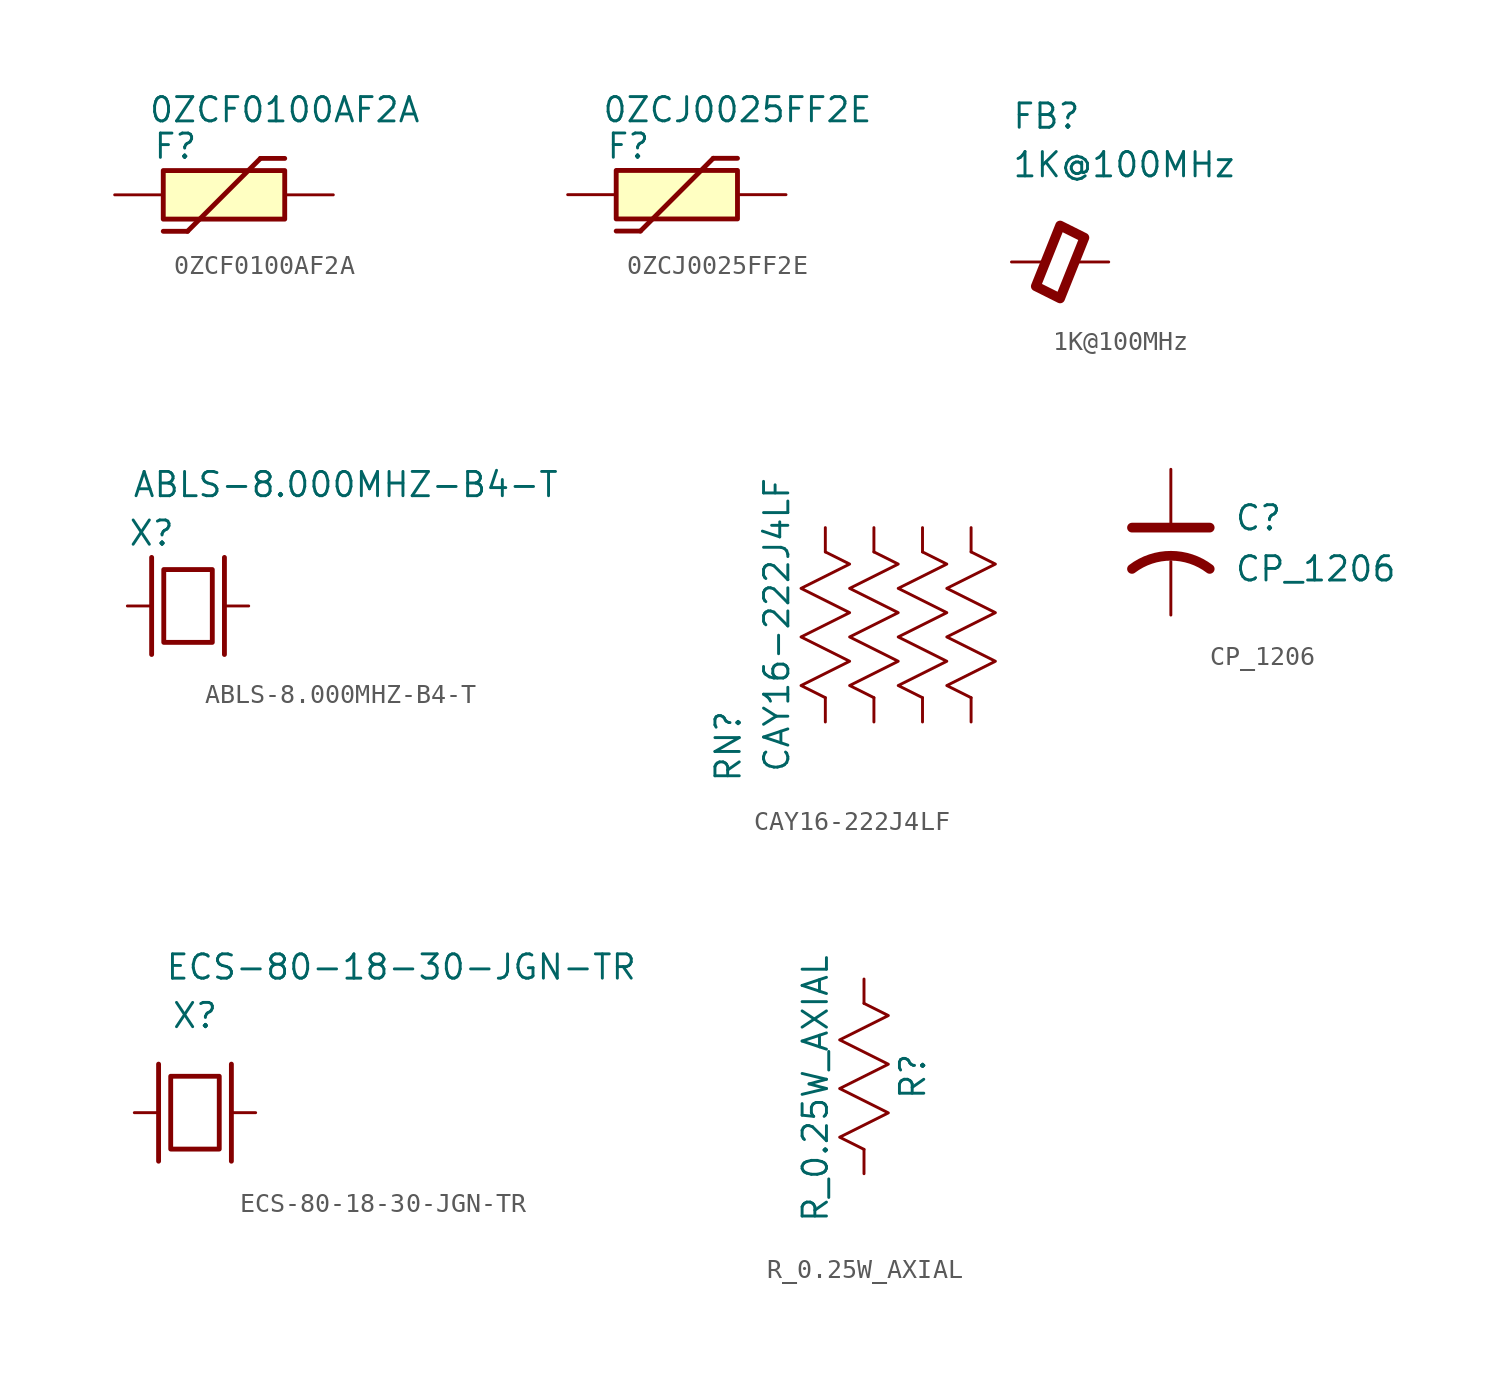
<source format=kicad_sym>
(kicad_symbol_lib
  (version 20211014)
  (generator kicad_symbol_editor)
  (symbol "0ZCF0100AF2A"
    (pin_names
      (offset 1.016))
    (property "Reference" "F"
      (at 0.635 0.635 0)
      (effects (font (size 1.27 1.27))))
    (property "Value" "0ZCF0100AF2A"
      (at 6.35 2.54 0)
      (effects (font (size 1.27 1.27))))
    (symbol "0ZCF0100AF2A_0_1"
      (rectangle (start 0 -0.635) (end 6.35 -3.175) (stroke (width 0.254) (type default) (color 0 0 0 0)) (fill (type background)))
      (polyline (pts (xy 1.27 -3.81) (xy 0 -3.81)) (stroke (width 0.254) (type default) (color 0 0 0 0)) (fill (type none)))
      (polyline (pts (xy 5.08 0) (xy 1.27 -3.81)) (stroke (width 0.254) (type default) (color 0 0 0 0)) (fill (type none)))
      (polyline (pts (xy 5.08 0) (xy 6.35 0)) (stroke (width 0.254) (type default) (color 0 0 0 0)) (fill (type none))))
    (symbol "0ZCF0100AF2A_1_1"
      (pin input line (at -2.54 -1.905 0) (length 2.54) (name "1" (effects (font (size 0 0)))) (number "1" (effects (font (size 0 0)))))
      (pin input line (at 8.89 -1.905 180) (length 2.54) (name "2" (effects (font (size 0 0)))) (number "2" (effects (font (size 0 0)))))))
  (symbol "0ZCJ0025FF2E"
    (pin_names
      (offset 1.016))
    (property "Reference" "F"
      (at 0.635 0.635 0)
      (effects (font (size 1.27 1.27))))
    (property "Value" "0ZCJ0025FF2E"
      (at 6.35 2.54 0)
      (effects (font (size 1.27 1.27))))
    (symbol "0ZCJ0025FF2E_0_1"
      (rectangle (start 0 -0.635) (end 6.35 -3.175) (stroke (width 0.254) (type default) (color 0 0 0 0)) (fill (type background)))
      (polyline (pts (xy 1.27 -3.81) (xy 0 -3.81)) (stroke (width 0.254) (type default) (color 0 0 0 0)) (fill (type none)))
      (polyline (pts (xy 5.08 0) (xy 1.27 -3.81)) (stroke (width 0.254) (type default) (color 0 0 0 0)) (fill (type none)))
      (polyline (pts (xy 5.08 0) (xy 6.35 0)) (stroke (width 0.254) (type default) (color 0 0 0 0)) (fill (type none))))
    (symbol "0ZCJ0025FF2E_1_1"
      (pin input line (at -2.54 -1.905 0) (length 2.54) (name "1" (effects (font (size 0 0)))) (number "1" (effects (font (size 0 0)))))
      (pin input line (at 8.89 -1.905 180) (length 2.54) (name "2" (effects (font (size 0 0)))) (number "2" (effects (font (size 0 0)))))))
  (symbol "1K@100MHz"
    (pin_numbers hide)
    (pin_names
      (offset 0.254))
    (property "Reference" "FB"
      (at 0 7.62 0)
      (effects (font (size 1.27 1.27)) (justify left)))
    (property "Value" "1K@100MHz"
      (at 0 5.08 0)
      (effects (font (size 1.27 1.27)) (justify left)))
    (symbol "1K@100MHz_0_1"
      (polyline (pts (xy 1.27 -1.27) (xy 2.54 1.905) (xy 3.81 1.27) (xy 2.54 -1.905) (xy 1.27 -1.27)) (stroke (width 0.508) (type default) (color 0 0 0 0)) (fill (type none))))
    (symbol "1K@100MHz_1_1"
      (pin passive line (at 0 0 0) (length 1.702) (name "~" (effects (font (size 1.016 1.016)))) (number "1" (effects (font (size 1.016 1.016)))))
      (pin passive line (at 5.08 0 180) (length 1.702) (name "~" (effects (font (size 1.016 1.016)))) (number "2" (effects (font (size 1.016 1.016)))))))
  (symbol "ABLS-8.000MHZ-B4-T"
    (pin_names
      (offset 1.016))
    (property "Reference" "X"
      (at 0 1.27 0)
      (effects (font (size 1.27 1.27))))
    (property "Value" "ABLS-8.000MHZ-B4-T"
      (at 10.16 3.81 0)
      (effects (font (size 1.27 1.27))))
    (symbol "ABLS-8.000MHZ-B4-T_0_1"
      (polyline (pts (xy 0 0) (xy 0 -5.08)) (stroke (width 0.254) (type default) (color 0 0 0 0)) (fill (type none)))
      (polyline (pts (xy 3.81 0) (xy 3.81 -5.08)) (stroke (width 0.254) (type default) (color 0 0 0 0)) (fill (type none)))
      (rectangle (start 0.635 -0.635) (end 3.175 -4.445) (stroke (width 0.254) (type default) (color 0 0 0 0)) (fill (type none))))
    (symbol "ABLS-8.000MHZ-B4-T_1_1"
      (pin input line (at -1.27 -2.54 0) (length 1.27) (name "1" (effects (font (size 0 0)))) (number "1" (effects (font (size 0 0)))))
      (pin input line (at 5.08 -2.54 180) (length 1.27) (name "2" (effects (font (size 0 0)))) (number "2" (effects (font (size 0 0)))))))
  (symbol "CAY16-222J4LF"
    (pin_numbers hide)
    (pin_names
      (offset 0))
    (property "Reference" "RN"
      (at -5.08 -6.35 90)
      (effects (font (size 1.27 1.27))))
    (property "Value" "CAY16-222J4LF"
      (at -2.54 0 90)
      (effects (font (size 1.27 1.27))))
    (symbol "CAY16-222J4LF_0_1"
      (polyline (pts (xy 0 3.81) (xy 1.27 3.175) (xy -1.27 1.905) (xy 1.27 0.635) (xy -1.27 -0.635) (xy 1.27 -1.905) (xy -1.27 -3.175) (xy 0 -3.81)) (stroke (width 0) (type default) (color 0 0 0 0)) (fill (type none)))
      (polyline (pts (xy 2.54 3.81) (xy 3.81 3.175) (xy 1.27 1.905) (xy 3.81 0.635) (xy 1.27 -0.635) (xy 3.81 -1.905) (xy 1.27 -3.175) (xy 2.54 -3.81)) (stroke (width 0) (type default) (color 0 0 0 0)) (fill (type none)))
      (polyline (pts (xy 5.08 3.81) (xy 6.35 3.175) (xy 3.81 1.905) (xy 6.35 0.635) (xy 3.81 -0.635) (xy 6.35 -1.905) (xy 3.81 -3.175) (xy 5.08 -3.81)) (stroke (width 0) (type default) (color 0 0 0 0)) (fill (type none)))
      (polyline (pts (xy 7.62 3.81) (xy 8.89 3.175) (xy 6.35 1.905) (xy 8.89 0.635) (xy 6.35 -0.635) (xy 8.89 -1.905) (xy 6.35 -3.175) (xy 7.62 -3.81)) (stroke (width 0) (type default) (color 0 0 0 0)) (fill (type none))))
    (symbol "CAY16-222J4LF_1_1"
      (pin passive line (at 0 5.08 270) (length 1.27) (name "~" (effects (font (size 1.524 1.524)))) (number "1" (effects (font (size 1.524 1.524)))))
      (pin passive line (at 0 -5.08 90) (length 1.27) (name "~" (effects (font (size 1.524 1.524)))) (number "2" (effects (font (size 1.524 1.524)))))
      (pin passive line (at 2.54 5.08 270) (length 1.27) (name "~" (effects (font (size 1.524 1.524)))) (number "3" (effects (font (size 1.524 1.524)))))
      (pin passive line (at 2.54 -5.08 90) (length 1.27) (name "~" (effects (font (size 1.524 1.524)))) (number "4" (effects (font (size 1.524 1.524)))))
      (pin passive line (at 5.08 5.08 270) (length 1.27) (name "~" (effects (font (size 1.524 1.524)))) (number "5" (effects (font (size 1.524 1.524)))))
      (pin passive line (at 5.08 -5.08 90) (length 1.27) (name "~" (effects (font (size 1.524 1.524)))) (number "6" (effects (font (size 1.524 1.524)))))
      (pin passive line (at 7.62 5.08 270) (length 1.27) (name "~" (effects (font (size 1.524 1.524)))) (number "7" (effects (font (size 1.524 1.524)))))
      (pin passive line (at 7.62 -5.08 90) (length 1.27) (name "~" (effects (font (size 1.524 1.524)))) (number "8" (effects (font (size 1.524 1.524)))))))
  (symbol "CP_1206"
    (pin_numbers hide)
    (pin_names
      (offset 0.254))
    (property "Reference" "C"
      (at 3.302 1.27 0)
      (effects (font (size 1.27 1.27)) (justify left)))
    (property "Value" "CP_1206"
      (at 3.302 -1.397 0)
      (effects (font (size 1.27 1.27)) (justify left)))
    (property "Datasheet" ""
      (at 3.302 1.27 0)
      (effects (font (size 1.524 1.524))))
    (symbol "CP_1206_0_1"
      (polyline (pts (xy -2.032 0.762) (xy 2.032 0.762)) (stroke (width 0.508) (type default) (color 0 0 0 0)) (fill (type none)))
      (arc (start 2.032 -1.397) (mid 0 -0.7111) (end -2.032 -1.397) (stroke (width 0.508) (type default) (color 0 0 0 0)) (fill (type none))))
    (symbol "CP_1206_1_1"
      (pin passive line (at 0 3.81 270) (length 2.794) (name "~" (effects (font (size 1.016 1.016)))) (number "1" (effects (font (size 1.016 1.016)))))
      (pin passive line (at 0 -3.81 90) (length 2.794) (name "~" (effects (font (size 1.016 1.016)))) (number "2" (effects (font (size 1.016 1.016)))))))
  (symbol "ECS-80-18-30-JGN-TR"
    (pin_names
      (offset 1.016))
    (property "Reference" "X"
      (at 1.905 2.54 0)
      (effects (font (size 1.27 1.27))))
    (property "Value" "ECS-80-18-30-JGN-TR"
      (at 12.7 5.08 0)
      (effects (font (size 1.27 1.27))))
    (symbol "ECS-80-18-30-JGN-TR_0_1"
      (polyline (pts (xy 0 0) (xy 0 -5.08)) (stroke (width 0.254) (type default) (color 0 0 0 0)) (fill (type none)))
      (polyline (pts (xy 3.81 0) (xy 3.81 -5.08)) (stroke (width 0.254) (type default) (color 0 0 0 0)) (fill (type none)))
      (rectangle (start 0.635 -0.635) (end 3.175 -4.445) (stroke (width 0.254) (type default) (color 0 0 0 0)) (fill (type none))))
    (symbol "ECS-80-18-30-JGN-TR_1_1"
      (pin input line (at -1.27 -2.54 0) (length 1.27) (name "1" (effects (font (size 0 0)))) (number "1" (effects (font (size 0 0)))))
      (pin input line (at 5.08 -2.54 180) (length 1.27) (name "2" (effects (font (size 0 0)))) (number "2" (effects (font (size 0 0)))))))
  (symbol "R_0.25W_AXIAL"
    (pin_numbers hide)
    (pin_names
      (offset 0))
    (property "Reference" "R"
      (at 2.54 0 90)
      (effects (font (size 1.27 1.27))))
    (property "Value" "R_0.25W_AXIAL"
      (at -2.54 -0.635 90)
      (effects (font (size 1.27 1.27))))
    (symbol "R_0.25W_AXIAL_0_1"
      (polyline (pts (xy 0 3.81) (xy 1.27 3.175) (xy -1.27 1.905) (xy 1.27 0.635) (xy -1.27 -0.635) (xy 1.27 -1.905) (xy -1.27 -3.175) (xy 0 -3.81)) (stroke (width 0) (type default) (color 0 0 0 0)) (fill (type none))))
    (symbol "R_0.25W_AXIAL_1_1"
      (pin passive line (at 0 5.08 270) (length 1.27) (name "~" (effects (font (size 1.524 1.524)))) (number "1" (effects (font (size 1.524 1.524)))))
      (pin passive line (at 0 -5.08 90) (length 1.27) (name "~" (effects (font (size 1.524 1.524)))) (number "2" (effects (font (size 1.524 1.524))))))))
</source>
